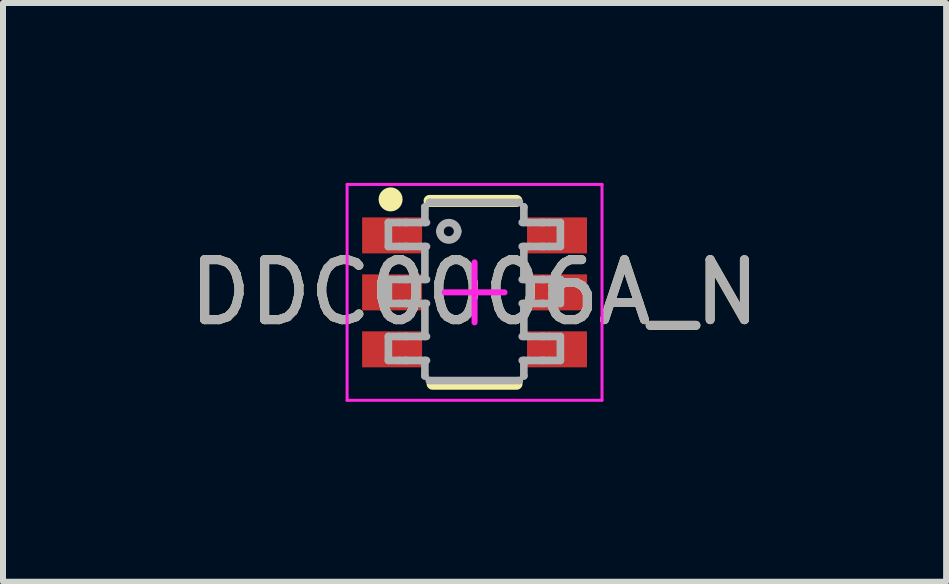
<source format=kicad_pcb>
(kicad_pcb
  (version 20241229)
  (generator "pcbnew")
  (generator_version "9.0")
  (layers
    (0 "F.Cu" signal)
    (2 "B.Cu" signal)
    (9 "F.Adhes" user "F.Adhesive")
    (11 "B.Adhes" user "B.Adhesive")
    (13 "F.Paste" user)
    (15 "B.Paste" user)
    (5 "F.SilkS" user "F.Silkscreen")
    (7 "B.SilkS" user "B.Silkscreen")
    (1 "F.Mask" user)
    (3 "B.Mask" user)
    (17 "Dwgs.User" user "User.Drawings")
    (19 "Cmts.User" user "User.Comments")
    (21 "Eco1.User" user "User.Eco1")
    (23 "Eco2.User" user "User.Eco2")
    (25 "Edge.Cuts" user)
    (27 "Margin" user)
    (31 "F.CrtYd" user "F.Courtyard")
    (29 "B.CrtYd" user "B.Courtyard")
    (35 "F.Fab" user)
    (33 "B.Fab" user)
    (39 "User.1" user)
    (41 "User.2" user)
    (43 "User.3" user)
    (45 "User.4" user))
  (footprint "DDC0006A_N"
    (layer "F.Cu")
    (at 4.863 1.825)
    (property "Reference" "DDC0006A_N" (at 0 0 0) (unlocked yes) (layer "F.SilkS") (effects (font (size 1 1) (thickness 0.15))))
    (attr smd)
    (fp_line (start -0.75 -1.525) (end 0.7 -1.525) (stroke (width 0.2) (type solid)) (layer "F.SilkS"))
    (fp_line (start -0.7 1.524) (end 0.7 1.524) (stroke (width 0.2) (type solid)) (layer "F.SilkS"))
    (fp_circle (center -1.4 -1.55) (end -1.25 -1.55) (stroke (width 0.1) (type solid)) (fill yes) (layer "F.SilkS"))
    (fp_line (start -2.125 -1.8) (end 2.125 -1.8) (stroke (width 0.05) (type solid)) (layer "F.CrtYd"))
    (fp_line (start -2.125 1.8) (end -2.125 -1.8) (stroke (width 0.05) (type solid)) (layer "F.CrtYd"))
    (fp_line (start -2.125 1.8) (end 2.125 1.8) (stroke (width 0.05) (type solid)) (layer "F.CrtYd"))
    (fp_line (start -0.5 0) (end 0.5 0) (stroke (width 0.1) (type solid)) (layer "F.CrtYd"))
    (fp_line (start 0 0.5) (end 0 -0.5) (stroke (width 0.1) (type solid)) (layer "F.CrtYd"))
    (fp_line (start 2.125 1.8) (end 2.125 -1.8) (stroke (width 0.05) (type solid)) (layer "F.CrtYd"))
    (fp_line (start -1.437 -1.165) (end -1.251 -1.165) (stroke (width 0.127) (type solid)) (layer "F.Fab"))
    (fp_line (start -1.437 -0.765) (end -1.437 -1.165) (stroke (width 0.127) (type solid)) (layer "F.Fab"))
    (fp_line (start -1.437 -0.765) (end -1.251 -0.765) (stroke (width 0.127) (type solid)) (layer "F.Fab"))
    (fp_line (start -1.437 -0.215) (end -1.251 -0.215) (stroke (width 0.127) (type solid)) (layer "F.Fab"))
    (fp_line (start -1.437 0.185) (end -1.437 -0.215) (stroke (width 0.127) (type solid)) (layer "F.Fab"))
    (fp_line (start -1.437 0.185) (end -1.251 0.185) (stroke (width 0.127) (type solid)) (layer "F.Fab"))
    (fp_line (start -1.437 0.735) (end -1.251 0.735) (stroke (width 0.127) (type solid)) (layer "F.Fab"))
    (fp_line (start -1.437 1.135) (end -1.437 0.735) (stroke (width 0.127) (type solid)) (layer "F.Fab"))
    (fp_line (start -1.437 1.135) (end -1.251 1.135) (stroke (width 0.127) (type solid)) (layer "F.Fab"))
    (fp_line (start -1.251 -1.165) (end -1.159 -1.165) (stroke (width 0.127) (type solid)) (layer "F.Fab"))
    (fp_line (start -1.251 -0.765) (end -1.159 -0.765) (stroke (width 0.127) (type solid)) (layer "F.Fab"))
    (fp_line (start -1.251 -0.215) (end -1.159 -0.215) (stroke (width 0.127) (type solid)) (layer "F.Fab"))
    (fp_line (start -1.251 0.185) (end -1.159 0.185) (stroke (width 0.127) (type solid)) (layer "F.Fab"))
    (fp_line (start -1.251 0.735) (end -1.159 0.735) (stroke (width 0.127) (type solid)) (layer "F.Fab"))
    (fp_line (start -1.251 1.135) (end -1.159 1.135) (stroke (width 0.127) (type solid)) (layer "F.Fab"))
    (fp_line (start -1.159 -1.165) (end -1.128 -1.165) (stroke (width 0.127) (type solid)) (layer "F.Fab"))
    (fp_line (start -1.159 -0.765) (end -1.128 -0.765) (stroke (width 0.127) (type solid)) (layer "F.Fab"))
    (fp_line (start -1.159 -0.215) (end -1.128 -0.215) (stroke (width 0.127) (type solid)) (layer "F.Fab"))
    (fp_line (start -1.159 0.185) (end -1.128 0.185) (stroke (width 0.127) (type solid)) (layer "F.Fab"))
    (fp_line (start -1.159 0.735) (end -1.128 0.735) (stroke (width 0.127) (type solid)) (layer "F.Fab"))
    (fp_line (start -1.159 1.135) (end -1.128 1.135) (stroke (width 0.127) (type solid)) (layer "F.Fab"))
    (fp_line (start -1.128 -1.165) (end -0.903 -1.165) (stroke (width 0.127) (type solid)) (layer "F.Fab"))
    (fp_line (start -1.128 -0.765) (end -0.903 -0.765) (stroke (width 0.127) (type solid)) (layer "F.Fab"))
    (fp_line (start -1.128 -0.215) (end -0.903 -0.215) (stroke (width 0.127) (type solid)) (layer "F.Fab"))
    (fp_line (start -1.128 0.185) (end -0.903 0.185) (stroke (width 0.127) (type solid)) (layer "F.Fab"))
    (fp_line (start -1.128 0.735) (end -0.903 0.735) (stroke (width 0.127) (type solid)) (layer "F.Fab"))
    (fp_line (start -1.128 1.135) (end -0.903 1.135) (stroke (width 0.127) (type solid)) (layer "F.Fab"))
    (fp_line (start -0.903 -1.165) (end -0.801 -1.165) (stroke (width 0.127) (type solid)) (layer "F.Fab"))
    (fp_line (start -0.903 -0.765) (end -0.801 -0.765) (stroke (width 0.127) (type solid)) (layer "F.Fab"))
    (fp_line (start -0.903 -0.215) (end -0.801 -0.215) (stroke (width 0.127) (type solid)) (layer "F.Fab"))
    (fp_line (start -0.903 0.185) (end -0.801 0.185) (stroke (width 0.127) (type solid)) (layer "F.Fab"))
    (fp_line (start -0.903 0.735) (end -0.801 0.735) (stroke (width 0.127) (type solid)) (layer "F.Fab"))
    (fp_line (start -0.903 1.135) (end -0.801 1.135) (stroke (width 0.127) (type solid)) (layer "F.Fab"))
    (fp_line (start -0.828 -1.422) (end -0.828 -1.426) (stroke (width 0.127) (type solid)) (layer "F.Fab"))
    (fp_line (start -0.828 -1.165) (end -0.828 -1.422) (stroke (width 0.127) (type solid)) (layer "F.Fab"))
    (fp_line (start -0.828 -0.215) (end -0.828 -0.765) (stroke (width 0.127) (type solid)) (layer "F.Fab"))
    (fp_line (start -0.828 0.735) (end -0.828 0.185) (stroke (width 0.127) (type solid)) (layer "F.Fab"))
    (fp_line (start -0.828 1.392) (end -0.828 1.135) (stroke (width 0.127) (type solid)) (layer "F.Fab"))
    (fp_line (start -0.828 1.395) (end -0.828 1.392) (stroke (width 0.127) (type solid)) (layer "F.Fab"))
    (fp_line (start -0.754 -1.5) (end -0.75 -1.5) (stroke (width 0.127) (type solid)) (layer "F.Fab"))
    (fp_line (start -0.754 1.47) (end -0.75 1.47) (stroke (width 0.127) (type solid)) (layer "F.Fab"))
    (fp_line (start -0.75 -1.5) (end 0.743 -1.5) (stroke (width 0.127) (type solid)) (layer "F.Fab"))
    (fp_line (start -0.75 1.47) (end 0.743 1.47) (stroke (width 0.127) (type solid)) (layer "F.Fab"))
    (fp_line (start 0.743 -1.5) (end 0.747 -1.5) (stroke (width 0.127) (type solid)) (layer "F.Fab"))
    (fp_line (start 0.743 1.47) (end 0.747 1.47) (stroke (width 0.127) (type solid)) (layer "F.Fab"))
    (fp_line (start 0.795 -1.165) (end 0.896 -1.165) (stroke (width 0.127) (type solid)) (layer "F.Fab"))
    (fp_line (start 0.795 -0.765) (end 0.896 -0.765) (stroke (width 0.127) (type solid)) (layer "F.Fab"))
    (fp_line (start 0.795 -0.215) (end 0.896 -0.215) (stroke (width 0.127) (type solid)) (layer "F.Fab"))
    (fp_line (start 0.795 0.185) (end 0.896 0.185) (stroke (width 0.127) (type solid)) (layer "F.Fab"))
    (fp_line (start 0.795 0.735) (end 0.896 0.735) (stroke (width 0.127) (type solid)) (layer "F.Fab"))
    (fp_line (start 0.795 1.135) (end 0.896 1.135) (stroke (width 0.127) (type solid)) (layer "F.Fab"))
    (fp_line (start 0.822 -1.422) (end 0.822 -1.426) (stroke (width 0.127) (type solid)) (layer "F.Fab"))
    (fp_line (start 0.822 -1.165) (end 0.822 -1.422) (stroke (width 0.127) (type solid)) (layer "F.Fab"))
    (fp_line (start 0.822 -0.215) (end 0.822 -0.765) (stroke (width 0.127) (type solid)) (layer "F.Fab"))
    (fp_line (start 0.822 0.735) (end 0.822 0.185) (stroke (width 0.127) (type solid)) (layer "F.Fab"))
    (fp_line (start 0.822 1.392) (end 0.822 1.135) (stroke (width 0.127) (type solid)) (layer "F.Fab"))
    (fp_line (start 0.822 1.395) (end 0.822 1.392) (stroke (width 0.127) (type solid)) (layer "F.Fab"))
    (fp_line (start 0.896 -1.165) (end 1.122 -1.165) (stroke (width 0.127) (type solid)) (layer "F.Fab"))
    (fp_line (start 0.896 -0.765) (end 1.122 -0.765) (stroke (width 0.127) (type solid)) (layer "F.Fab"))
    (fp_line (start 0.896 -0.215) (end 1.122 -0.215) (stroke (width 0.127) (type solid)) (layer "F.Fab"))
    (fp_line (start 0.896 0.185) (end 1.122 0.185) (stroke (width 0.127) (type solid)) (layer "F.Fab"))
    (fp_line (start 0.896 0.735) (end 1.122 0.735) (stroke (width 0.127) (type solid)) (layer "F.Fab"))
    (fp_line (start 0.896 1.135) (end 1.122 1.135) (stroke (width 0.127) (type solid)) (layer "F.Fab"))
    (fp_line (start 1.122 -1.165) (end 1.152 -1.165) (stroke (width 0.127) (type solid)) (layer "F.Fab"))
    (fp_line (start 1.122 -0.765) (end 1.152 -0.765) (stroke (width 0.127) (type solid)) (layer "F.Fab"))
    (fp_line (start 1.122 -0.215) (end 1.152 -0.215) (stroke (width 0.127) (type solid)) (layer "F.Fab"))
    (fp_line (start 1.122 0.185) (end 1.152 0.185) (stroke (width 0.127) (type solid)) (layer "F.Fab"))
    (fp_line (start 1.122 0.735) (end 1.152 0.735) (stroke (width 0.127) (type solid)) (layer "F.Fab"))
    (fp_line (start 1.122 1.135) (end 1.152 1.135) (stroke (width 0.127) (type solid)) (layer "F.Fab"))
    (fp_line (start 1.152 -1.165) (end 1.245 -1.165) (stroke (width 0.127) (type solid)) (layer "F.Fab"))
    (fp_line (start 1.152 -0.765) (end 1.245 -0.765) (stroke (width 0.127) (type solid)) (layer "F.Fab"))
    (fp_line (start 1.152 -0.215) (end 1.245 -0.215) (stroke (width 0.127) (type solid)) (layer "F.Fab"))
    (fp_line (start 1.152 0.185) (end 1.245 0.185) (stroke (width 0.127) (type solid)) (layer "F.Fab"))
    (fp_line (start 1.152 0.735) (end 1.245 0.735) (stroke (width 0.127) (type solid)) (layer "F.Fab"))
    (fp_line (start 1.152 1.135) (end 1.245 1.135) (stroke (width 0.127) (type solid)) (layer "F.Fab"))
    (fp_line (start 1.245 -1.165) (end 1.431 -1.165) (stroke (width 0.127) (type solid)) (layer "F.Fab"))
    (fp_line (start 1.245 -0.765) (end 1.431 -0.765) (stroke (width 0.127) (type solid)) (layer "F.Fab"))
    (fp_line (start 1.245 -0.215) (end 1.431 -0.215) (stroke (width 0.127) (type solid)) (layer "F.Fab"))
    (fp_line (start 1.245 0.185) (end 1.431 0.185) (stroke (width 0.127) (type solid)) (layer "F.Fab"))
    (fp_line (start 1.245 0.735) (end 1.431 0.735) (stroke (width 0.127) (type solid)) (layer "F.Fab"))
    (fp_line (start 1.245 1.135) (end 1.431 1.135) (stroke (width 0.127) (type solid)) (layer "F.Fab"))
    (fp_line (start 1.431 -0.765) (end 1.431 -1.165) (stroke (width 0.127) (type solid)) (layer "F.Fab"))
    (fp_line (start 1.431 0.185) (end 1.431 -0.215) (stroke (width 0.127) (type solid)) (layer "F.Fab"))
    (fp_line (start 1.431 1.135) (end 1.431 0.735) (stroke (width 0.127) (type solid)) (layer "F.Fab"))
    (fp_arc (start -0.578322 -1.017679) (mid -0.429542 -1.166459) (end -0.280761 -1.017679) (stroke (width 0.127) (type solid)) (layer "F.Fab"))
    (fp_arc (start -0.280761 -1.017679) (mid -0.429542 -0.868898) (end -0.578322 -1.017679) (stroke (width 0.127) (type solid)) (layer "F.Fab"))
    (fp_text user "${REFERENCE}" (at 0 0 0) (unlocked yes) (layer "F.Fab") (effects (font (size 1 1) (thickness 0.15))))
    (pad "1" smd rect (at -1.375 -0.95 90) (size 0.6 1) (layers "F.Cu" "F.Mask" "F.Paste"))
    (pad "2" smd rect (at -1.375 0 90) (size 0.6 1) (layers "F.Cu" "F.Mask" "F.Paste"))
    (pad "3" smd rect (at -1.375 0.95 90) (size 0.6 1) (layers "F.Cu" "F.Mask" "F.Paste"))
    (pad "4" smd rect (at 1.375 0.95 90) (size 0.6 1) (layers "F.Cu" "F.Mask" "F.Paste"))
    (pad "5" smd rect (at 1.375 0 90) (size 0.6 1) (layers "F.Cu" "F.Mask" "F.Paste"))
    (pad "6" smd rect (at 1.375 -0.95 90) (size 0.6 1) (layers "F.Cu" "F.Mask" "F.Paste")))
  (gr_rect
    (start -3 -3)
    (end 12.726 6.65)
    (stroke (width 0.1) (type default))
    (fill no)
    (layer "Edge.Cuts")))
</source>
